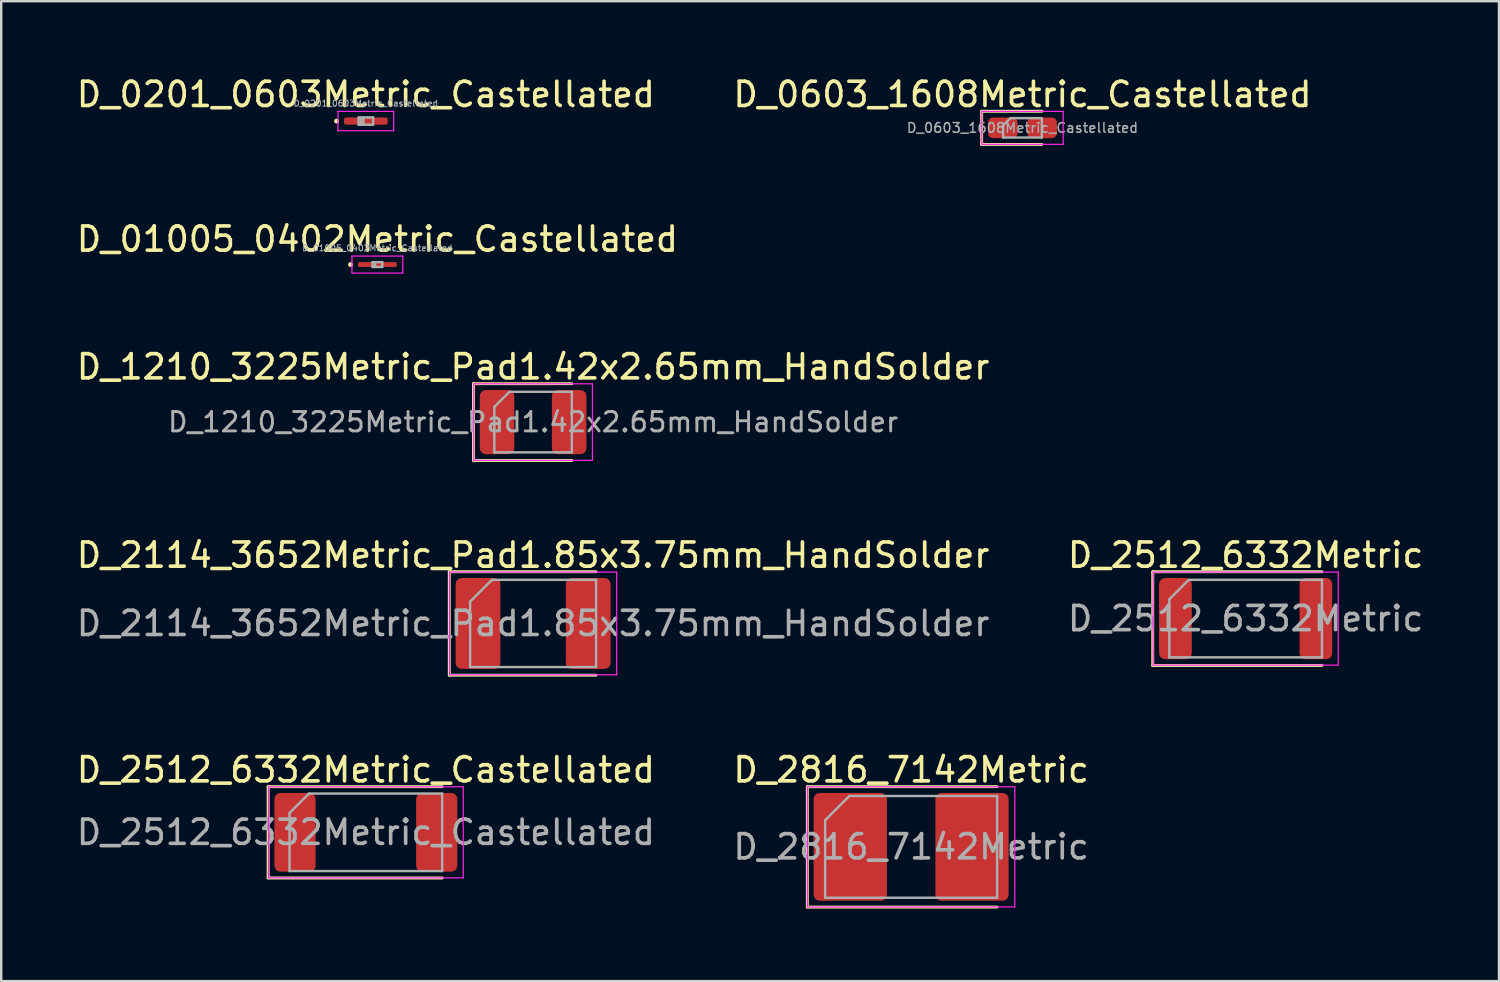
<source format=kicad_pcb>
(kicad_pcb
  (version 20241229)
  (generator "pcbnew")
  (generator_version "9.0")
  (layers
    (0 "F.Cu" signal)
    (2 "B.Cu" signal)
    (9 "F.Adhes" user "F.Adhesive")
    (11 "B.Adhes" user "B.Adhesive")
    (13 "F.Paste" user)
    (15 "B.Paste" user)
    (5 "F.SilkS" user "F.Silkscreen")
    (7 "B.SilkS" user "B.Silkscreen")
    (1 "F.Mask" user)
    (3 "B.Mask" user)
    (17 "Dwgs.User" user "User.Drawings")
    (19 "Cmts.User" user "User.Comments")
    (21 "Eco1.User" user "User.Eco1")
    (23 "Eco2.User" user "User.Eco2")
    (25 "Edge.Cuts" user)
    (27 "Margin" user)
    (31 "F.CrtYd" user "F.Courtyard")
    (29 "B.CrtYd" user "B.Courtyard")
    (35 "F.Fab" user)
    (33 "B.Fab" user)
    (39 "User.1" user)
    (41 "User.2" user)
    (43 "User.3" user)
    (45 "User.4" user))
  (footprint "D_1210_3225Metric_Pad1.42x2.65mm_HandSolder"
    (layer "F.Cu")
    (at 18.958 14.375)
    (property "Reference" "D_1210_3225Metric_Pad1.42x2.65mm_HandSolder" (at 0 -2.28 0) (layer "F.SilkS") (effects (font (size 1 1) (thickness 0.15))))
    (attr smd)
    (fp_line (start -2.46 -1.585) (end -2.46 1.585) (stroke (width 0.12) (type solid)) (layer "F.SilkS"))
    (fp_line (start -2.46 1.585) (end 1.6 1.585) (stroke (width 0.12) (type solid)) (layer "F.SilkS"))
    (fp_line (start 1.6 -1.585) (end -2.46 -1.585) (stroke (width 0.12) (type solid)) (layer "F.SilkS"))
    (fp_line (start -2.45 -1.58) (end 2.45 -1.58) (stroke (width 0.05) (type solid)) (layer "F.CrtYd"))
    (fp_line (start -2.45 1.58) (end -2.45 -1.58) (stroke (width 0.05) (type solid)) (layer "F.CrtYd"))
    (fp_line (start 2.45 -1.58) (end 2.45 1.58) (stroke (width 0.05) (type solid)) (layer "F.CrtYd"))
    (fp_line (start 2.45 1.58) (end -2.45 1.58) (stroke (width 0.05) (type solid)) (layer "F.CrtYd"))
    (fp_line (start -1.6 -0.625) (end -1.6 1.25) (stroke (width 0.1) (type solid)) (layer "F.Fab"))
    (fp_line (start -1.6 1.25) (end 1.6 1.25) (stroke (width 0.1) (type solid)) (layer "F.Fab"))
    (fp_line (start -0.975 -1.25) (end -1.6 -0.625) (stroke (width 0.1) (type solid)) (layer "F.Fab"))
    (fp_line (start 1.6 -1.25) (end -0.975 -1.25) (stroke (width 0.1) (type solid)) (layer "F.Fab"))
    (fp_line (start 1.6 1.25) (end 1.6 -1.25) (stroke (width 0.1) (type solid)) (layer "F.Fab"))
    (fp_text user "${REFERENCE}" (at 0 0 0) (layer "F.Fab") (effects (font (size 0.8 0.8) (thickness 0.12))))
    (pad "1" smd roundrect (at -1.488 0) (size 1.425 2.65) (layers "F.Cu" "F.Mask" "F.Paste") (roundrect_rratio 0.175))
    (pad "2" smd roundrect (at 1.488 0) (size 1.425 2.65) (layers "F.Cu" "F.Mask" "F.Paste") (roundrect_rratio 0.175)))
  (footprint "D_01005_0402Metric_Castellated"
    (layer "F.Cu")
    (at 12.53 7.872)
    (property "Reference" "D_01005_0402Metric_Castellated" (at 0 -1.05 0) (layer "F.SilkS") (effects (font (size 1 1) (thickness 0.15))))
    (attr smd)
    (fp_circle (center -1.11 0) (end -1.06 0) (stroke (width 0.1) (type solid)) (fill no) (layer "F.SilkS"))
    (fp_line (start -1.05 -0.35) (end 1.05 -0.35) (stroke (width 0.05) (type solid)) (layer "F.CrtYd"))
    (fp_line (start -1.05 0.35) (end -1.05 -0.35) (stroke (width 0.05) (type solid)) (layer "F.CrtYd"))
    (fp_line (start 1.05 -0.35) (end 1.05 0.35) (stroke (width 0.05) (type solid)) (layer "F.CrtYd"))
    (fp_line (start 1.05 0.35) (end -1.05 0.35) (stroke (width 0.05) (type solid)) (layer "F.CrtYd"))
    (fp_line (start -0.2 -0.1) (end 0.2 -0.1) (stroke (width 0.1) (type solid)) (layer "F.Fab"))
    (fp_line (start -0.2 0.1) (end -0.2 -0.1) (stroke (width 0.1) (type solid)) (layer "F.Fab"))
    (fp_line (start -0.1 0.1) (end -0.1 -0.1) (stroke (width 0.1) (type solid)) (layer "F.Fab"))
    (fp_line (start 0.2 -0.1) (end 0.2 0.1) (stroke (width 0.1) (type solid)) (layer "F.Fab"))
    (fp_line (start 0.2 0.1) (end -0.2 0.1) (stroke (width 0.1) (type solid)) (layer "F.Fab"))
    (fp_text user "${REFERENCE}" (at 0 -0.68 0) (layer "F.Fab") (effects (font (size 0.25 0.25) (thickness 0.04))))
    (pad "" smd roundrect (at -0.375 0) (size 0.67 0.18) (layers "F.Paste") (roundrect_rratio 0.25))
    (pad "" smd roundrect (at 0.375 0) (size 0.67 0.18) (layers "F.Paste") (roundrect_rratio 0.25))
    (pad "1" smd roundrect (at -0.35 0) (size 0.9 0.2) (layers "F.Cu" "F.Mask") (roundrect_rratio 0.25))
    (pad "2" smd roundrect (at 0.35 0) (size 0.9 0.2) (layers "F.Cu" "F.Mask") (roundrect_rratio 0.25)))
  (footprint "D_0603_1608Metric_Castellated"
    (layer "F.Cu")
    (at 39.161 2.228)
    (property "Reference" "D_0603_1608Metric_Castellated" (at 0 -1.38 0) (layer "F.SilkS") (effects (font (size 1 1) (thickness 0.15))))
    (attr smd)
    (fp_line (start -1.685 -0.685) (end -1.685 0.685) (stroke (width 0.12) (type solid)) (layer "F.SilkS"))
    (fp_line (start -1.685 0.685) (end 0.8 0.685) (stroke (width 0.12) (type solid)) (layer "F.SilkS"))
    (fp_line (start 0.8 -0.685) (end -1.685 -0.685) (stroke (width 0.12) (type solid)) (layer "F.SilkS"))
    (fp_line (start -1.68 -0.68) (end 1.68 -0.68) (stroke (width 0.05) (type solid)) (layer "F.CrtYd"))
    (fp_line (start -1.68 0.68) (end -1.68 -0.68) (stroke (width 0.05) (type solid)) (layer "F.CrtYd"))
    (fp_line (start 1.68 -0.68) (end 1.68 0.68) (stroke (width 0.05) (type solid)) (layer "F.CrtYd"))
    (fp_line (start 1.68 0.68) (end -1.68 0.68) (stroke (width 0.05) (type solid)) (layer "F.CrtYd"))
    (fp_line (start -0.8 -0.1) (end -0.8 0.4) (stroke (width 0.1) (type solid)) (layer "F.Fab"))
    (fp_line (start -0.8 0.4) (end 0.8 0.4) (stroke (width 0.1) (type solid)) (layer "F.Fab"))
    (fp_line (start -0.5 -0.4) (end -0.8 -0.1) (stroke (width 0.1) (type solid)) (layer "F.Fab"))
    (fp_line (start 0.8 -0.4) (end -0.5 -0.4) (stroke (width 0.1) (type solid)) (layer "F.Fab"))
    (fp_line (start 0.8 0.4) (end 0.8 -0.4) (stroke (width 0.1) (type solid)) (layer "F.Fab"))
    (fp_text user "${REFERENCE}" (at 0 0 0) (layer "F.Fab") (effects (font (size 0.4 0.4) (thickness 0.06))))
    (pad "1" smd roundrect (at -0.812 0) (size 1.225 0.85) (layers "F.Cu" "F.Mask" "F.Paste") (roundrect_rratio 0.25))
    (pad "2" smd roundrect (at 0.812 0) (size 1.225 0.85) (layers "F.Cu" "F.Mask" "F.Paste") (roundrect_rratio 0.25)))
  (footprint "D_2512_6332Metric"
    (layer "F.Cu")
    (at 48.375 22.488)
    (property "Reference" "D_2512_6332Metric" (at 0 -2.62 0) (layer "F.SilkS") (effects (font (size 1 1) (thickness 0.15))))
    (attr smd)
    (fp_line (start -3.835 -1.935) (end -3.835 1.935) (stroke (width 0.12) (type solid)) (layer "F.SilkS"))
    (fp_line (start -3.835 1.935) (end 3.15 1.935) (stroke (width 0.12) (type solid)) (layer "F.SilkS"))
    (fp_line (start 3.15 -1.935) (end -3.835 -1.935) (stroke (width 0.12) (type solid)) (layer "F.SilkS"))
    (fp_line (start -3.82 -1.92) (end 3.82 -1.92) (stroke (width 0.05) (type solid)) (layer "F.CrtYd"))
    (fp_line (start -3.82 1.92) (end -3.82 -1.92) (stroke (width 0.05) (type solid)) (layer "F.CrtYd"))
    (fp_line (start 3.82 -1.92) (end 3.82 1.92) (stroke (width 0.05) (type solid)) (layer "F.CrtYd"))
    (fp_line (start 3.82 1.92) (end -3.82 1.92) (stroke (width 0.05) (type solid)) (layer "F.CrtYd"))
    (fp_line (start -3.15 -0.8) (end -3.15 1.6) (stroke (width 0.1) (type solid)) (layer "F.Fab"))
    (fp_line (start -3.15 1.6) (end 3.15 1.6) (stroke (width 0.1) (type solid)) (layer "F.Fab"))
    (fp_line (start -2.35 -1.6) (end -3.15 -0.8) (stroke (width 0.1) (type solid)) (layer "F.Fab"))
    (fp_line (start 3.15 -1.6) (end -2.35 -1.6) (stroke (width 0.1) (type solid)) (layer "F.Fab"))
    (fp_line (start 3.15 1.6) (end 3.15 -1.6) (stroke (width 0.1) (type solid)) (layer "F.Fab"))
    (fp_text user "${REFERENCE}" (at 0 0 0) (layer "F.Fab") (effects (font (size 1 1) (thickness 0.15))))
    (pad "1" smd roundrect (at -2.9 0) (size 1.35 3.35) (layers "F.Cu" "F.Mask" "F.Paste") (roundrect_rratio 0.185))
    (pad "2" smd roundrect (at 2.9 0) (size 1.35 3.35) (layers "F.Cu" "F.Mask" "F.Paste") (roundrect_rratio 0.185)))
  (footprint "D_2816_7142Metric"
    (layer "F.Cu")
    (at 34.565 31.911)
    (property "Reference" "D_2816_7142Metric" (at 0 -3.18 0) (layer "F.SilkS") (effects (font (size 1 1) (thickness 0.15))))
    (attr smd)
    (fp_line (start -4.285 -2.485) (end -4.285 2.485) (stroke (width 0.12) (type solid)) (layer "F.SilkS"))
    (fp_line (start -4.285 2.485) (end 3.55 2.485) (stroke (width 0.12) (type solid)) (layer "F.SilkS"))
    (fp_line (start 3.55 -2.485) (end -4.285 -2.485) (stroke (width 0.12) (type solid)) (layer "F.SilkS"))
    (fp_line (start -4.28 -2.48) (end 4.28 -2.48) (stroke (width 0.05) (type solid)) (layer "F.CrtYd"))
    (fp_line (start -4.28 2.48) (end -4.28 -2.48) (stroke (width 0.05) (type solid)) (layer "F.CrtYd"))
    (fp_line (start 4.28 -2.48) (end 4.28 2.48) (stroke (width 0.05) (type solid)) (layer "F.CrtYd"))
    (fp_line (start 4.28 2.48) (end -4.28 2.48) (stroke (width 0.05) (type solid)) (layer "F.CrtYd"))
    (fp_line (start -3.55 -1.1) (end -3.55 2.1) (stroke (width 0.1) (type solid)) (layer "F.Fab"))
    (fp_line (start -3.55 2.1) (end 3.55 2.1) (stroke (width 0.1) (type solid)) (layer "F.Fab"))
    (fp_line (start -2.55 -2.1) (end -3.55 -1.1) (stroke (width 0.1) (type solid)) (layer "F.Fab"))
    (fp_line (start 3.55 -2.1) (end -2.55 -2.1) (stroke (width 0.1) (type solid)) (layer "F.Fab"))
    (fp_line (start 3.55 2.1) (end 3.55 -2.1) (stroke (width 0.1) (type solid)) (layer "F.Fab"))
    (fp_text user "${REFERENCE}" (at 0 0 0) (layer "F.Fab") (effects (font (size 1 1) (thickness 0.15))))
    (pad "1" smd roundrect (at -2.513 0) (size 3.025 4.45) (layers "F.Cu" "F.Mask" "F.Paste") (roundrect_rratio 0.083))
    (pad "2" smd roundrect (at 2.513 0) (size 3.025 4.45) (layers "F.Cu" "F.Mask" "F.Paste") (roundrect_rratio 0.083)))
  (footprint "D_2512_6332Metric_Castellated"
    (layer "F.Cu")
    (at 12.054 31.311)
    (property "Reference" "D_2512_6332Metric_Castellated" (at 0 -2.58 0) (layer "F.SilkS") (effects (font (size 1 1) (thickness 0.15))))
    (attr smd)
    (fp_line (start -4.035 -1.885) (end -4.035 1.885) (stroke (width 0.12) (type solid)) (layer "F.SilkS"))
    (fp_line (start -4.035 1.885) (end 3.15 1.885) (stroke (width 0.12) (type solid)) (layer "F.SilkS"))
    (fp_line (start 3.15 -1.885) (end -4.035 -1.885) (stroke (width 0.12) (type solid)) (layer "F.SilkS"))
    (fp_line (start -4.02 -1.88) (end 4.02 -1.88) (stroke (width 0.05) (type solid)) (layer "F.CrtYd"))
    (fp_line (start -4.02 1.88) (end -4.02 -1.88) (stroke (width 0.05) (type solid)) (layer "F.CrtYd"))
    (fp_line (start 4.02 -1.88) (end 4.02 1.88) (stroke (width 0.05) (type solid)) (layer "F.CrtYd"))
    (fp_line (start 4.02 1.88) (end -4.02 1.88) (stroke (width 0.05) (type solid)) (layer "F.CrtYd"))
    (fp_line (start -3.15 -0.8) (end -3.15 1.6) (stroke (width 0.1) (type solid)) (layer "F.Fab"))
    (fp_line (start -3.15 1.6) (end 3.15 1.6) (stroke (width 0.1) (type solid)) (layer "F.Fab"))
    (fp_line (start -2.35 -1.6) (end -3.15 -0.8) (stroke (width 0.1) (type solid)) (layer "F.Fab"))
    (fp_line (start 3.15 -1.6) (end -2.35 -1.6) (stroke (width 0.1) (type solid)) (layer "F.Fab"))
    (fp_line (start 3.15 1.6) (end 3.15 -1.6) (stroke (width 0.1) (type solid)) (layer "F.Fab"))
    (fp_text user "${REFERENCE}" (at 0 0 0) (layer "F.Fab") (effects (font (size 1 1) (thickness 0.15))))
    (pad "1" smd roundrect (at -2.925 0) (size 1.7 3.25) (layers "F.Cu" "F.Mask" "F.Paste") (roundrect_rratio 0.147))
    (pad "2" smd roundrect (at 2.925 0) (size 1.7 3.25) (layers "F.Cu" "F.Mask" "F.Paste") (roundrect_rratio 0.147)))
  (footprint "D_2114_3652Metric_Pad1.85x3.75mm_HandSolder"
    (layer "F.Cu")
    (at 18.958 22.688)
    (property "Reference" "D_2114_3652Metric_Pad1.85x3.75mm_HandSolder" (at 0 -2.82 0) (layer "F.SilkS") (effects (font (size 1 1) (thickness 0.15))))
    (attr smd)
    (fp_line (start -3.46 -2.135) (end -3.46 2.135) (stroke (width 0.12) (type solid)) (layer "F.SilkS"))
    (fp_line (start -3.46 2.135) (end 2.6 2.135) (stroke (width 0.12) (type solid)) (layer "F.SilkS"))
    (fp_line (start 2.6 -2.135) (end -3.46 -2.135) (stroke (width 0.12) (type solid)) (layer "F.SilkS"))
    (fp_line (start -3.45 -2.12) (end 3.45 -2.12) (stroke (width 0.05) (type solid)) (layer "F.CrtYd"))
    (fp_line (start -3.45 2.12) (end -3.45 -2.12) (stroke (width 0.05) (type solid)) (layer "F.CrtYd"))
    (fp_line (start 3.45 -2.12) (end 3.45 2.12) (stroke (width 0.05) (type solid)) (layer "F.CrtYd"))
    (fp_line (start 3.45 2.12) (end -3.45 2.12) (stroke (width 0.05) (type solid)) (layer "F.CrtYd"))
    (fp_line (start -2.6 -0.9) (end -2.6 1.8) (stroke (width 0.1) (type solid)) (layer "F.Fab"))
    (fp_line (start -2.6 1.8) (end 2.6 1.8) (stroke (width 0.1) (type solid)) (layer "F.Fab"))
    (fp_line (start -1.7 -1.8) (end -2.6 -0.9) (stroke (width 0.1) (type solid)) (layer "F.Fab"))
    (fp_line (start 2.6 -1.8) (end -1.7 -1.8) (stroke (width 0.1) (type solid)) (layer "F.Fab"))
    (fp_line (start 2.6 1.8) (end 2.6 -1.8) (stroke (width 0.1) (type solid)) (layer "F.Fab"))
    (fp_text user "${REFERENCE}" (at 0 0 0) (layer "F.Fab") (effects (font (size 1 1) (thickness 0.15))))
    (pad "1" smd roundrect (at -2.275 0) (size 1.85 3.75) (layers "F.Cu" "F.Mask" "F.Paste") (roundrect_rratio 0.135))
    (pad "2" smd roundrect (at 2.275 0) (size 1.85 3.75) (layers "F.Cu" "F.Mask" "F.Paste") (roundrect_rratio 0.135)))
  (footprint "D_0201_0603Metric_Castellated"
    (layer "F.Cu")
    (at 12.054 1.948)
    (property "Reference" "D_0201_0603Metric_Castellated" (at 0 -1.1 0) (layer "F.SilkS") (effects (font (size 1 1) (thickness 0.15))))
    (attr smd)
    (fp_circle (center -1.21 0) (end -1.16 0) (stroke (width 0.1) (type solid)) (fill no) (layer "F.SilkS"))
    (fp_line (start -1.15 -0.4) (end 1.15 -0.4) (stroke (width 0.05) (type solid)) (layer "F.CrtYd"))
    (fp_line (start -1.15 0.4) (end -1.15 -0.4) (stroke (width 0.05) (type solid)) (layer "F.CrtYd"))
    (fp_line (start 1.15 -0.4) (end 1.15 0.4) (stroke (width 0.05) (type solid)) (layer "F.CrtYd"))
    (fp_line (start 1.15 0.4) (end -1.15 0.4) (stroke (width 0.05) (type solid)) (layer "F.CrtYd"))
    (fp_line (start -0.3 -0.15) (end 0.3 -0.15) (stroke (width 0.1) (type solid)) (layer "F.Fab"))
    (fp_line (start -0.3 0.15) (end -0.3 -0.15) (stroke (width 0.1) (type solid)) (layer "F.Fab"))
    (fp_line (start -0.2 0.15) (end -0.2 -0.15) (stroke (width 0.1) (type solid)) (layer "F.Fab"))
    (fp_line (start -0.1 0.15) (end -0.1 -0.15) (stroke (width 0.1) (type solid)) (layer "F.Fab"))
    (fp_line (start 0.3 -0.15) (end 0.3 0.15) (stroke (width 0.1) (type solid)) (layer "F.Fab"))
    (fp_line (start 0.3 0.15) (end -0.3 0.15) (stroke (width 0.1) (type solid)) (layer "F.Fab"))
    (fp_text user "${REFERENCE}" (at 0 -0.73 0) (layer "F.Fab") (effects (font (size 0.25 0.25) (thickness 0.04))))
    (pad "" smd roundrect (at -0.45 0) (size 0.71 0.27) (layers "F.Paste") (roundrect_rratio 0.25))
    (pad "" smd roundrect (at 0.45 0) (size 0.71 0.27) (layers "F.Paste") (roundrect_rratio 0.25))
    (pad "1" smd roundrect (at -0.425 0) (size 0.95 0.3) (layers "F.Cu" "F.Mask") (roundrect_rratio 0.25))
    (pad "2" smd roundrect (at 0.425 0) (size 0.95 0.3) (layers "F.Cu" "F.Mask") (roundrect_rratio 0.25)))
  (gr_rect
    (start -3 -3)
    (end 58.833 37.456)
    (stroke (width 0.1) (type default))
    (fill no)
    (layer "Edge.Cuts")))
</source>
